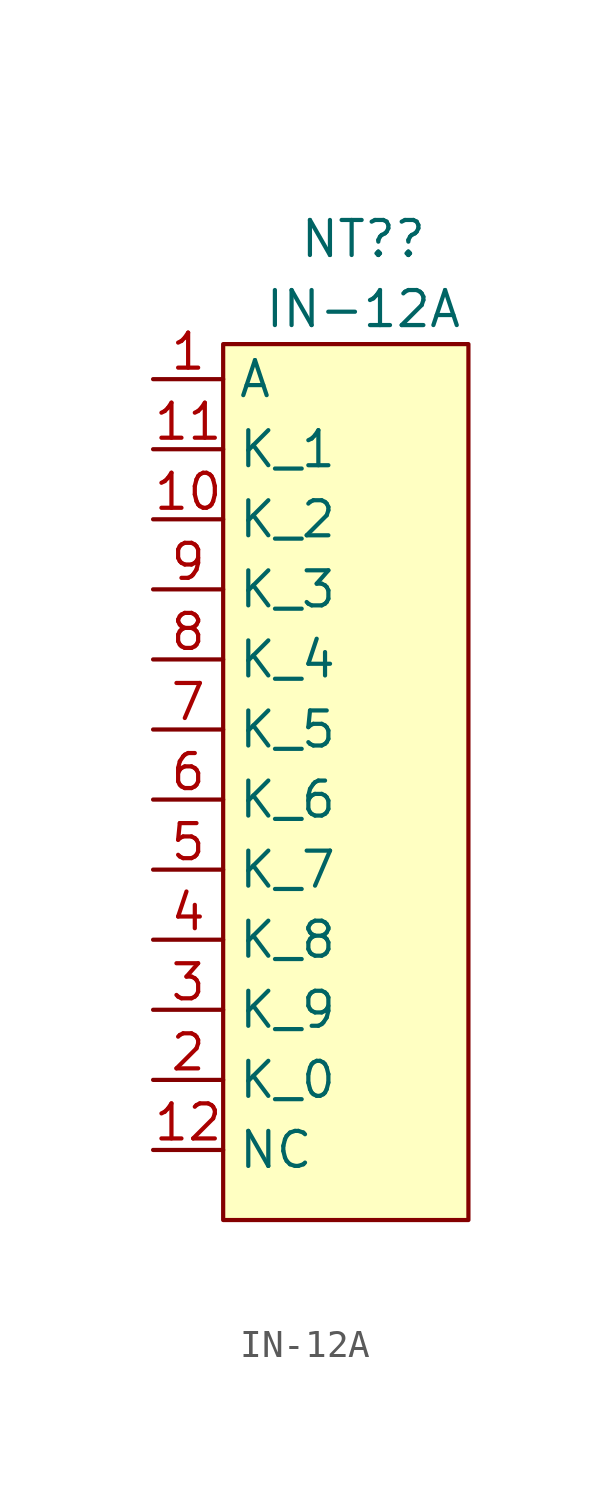
<source format=kicad_sym>
(kicad_symbol_lib
  (version 20211014)
  (generator kicad_symbol_editor)
  (symbol "IN-12A"
    (property "Reference" "NT?"
      (at 0 3.81 0)
      (effects (font (size 1.27 1.27))))
    (property "Value" "IN-12A"
      (at 0 1.27 0)
      (effects (font (size 1.27 1.27))))
    (symbol "IN-12A_0_1"
      (rectangle (start -5.08 0) (end 3.81 -31.75) (stroke (width 0) (type default) (color 0 0 0 0)) (fill (type background))))
    (symbol "IN-12A_1_1"
      (pin input line (at -7.62 -1.27 0) (length 2.54) (name "A" (effects (font (size 1.27 1.27)))) (number "1" (effects (font (size 1.27 1.27)))))
      (pin input line (at -7.62 -6.35 0) (length 2.54) (name "K_2" (effects (font (size 1.27 1.27)))) (number "10" (effects (font (size 1.27 1.27)))))
      (pin input line (at -7.62 -3.81 0) (length 2.54) (name "K_1" (effects (font (size 1.27 1.27)))) (number "11" (effects (font (size 1.27 1.27)))))
      (pin input line (at -7.62 -29.21 0) (length 2.54) (name "NC" (effects (font (size 1.27 1.27)))) (number "12" (effects (font (size 1.27 1.27)))))
      (pin input line (at -7.62 -26.67 0) (length 2.54) (name "K_0" (effects (font (size 1.27 1.27)))) (number "2" (effects (font (size 1.27 1.27)))))
      (pin input line (at -7.62 -24.13 0) (length 2.54) (name "K_9" (effects (font (size 1.27 1.27)))) (number "3" (effects (font (size 1.27 1.27)))))
      (pin input line (at -7.62 -21.59 0) (length 2.54) (name "K_8" (effects (font (size 1.27 1.27)))) (number "4" (effects (font (size 1.27 1.27)))))
      (pin input line (at -7.62 -19.05 0) (length 2.54) (name "K_7" (effects (font (size 1.27 1.27)))) (number "5" (effects (font (size 1.27 1.27)))))
      (pin input line (at -7.62 -16.51 0) (length 2.54) (name "K_6" (effects (font (size 1.27 1.27)))) (number "6" (effects (font (size 1.27 1.27)))))
      (pin input line (at -7.62 -13.97 0) (length 2.54) (name "K_5" (effects (font (size 1.27 1.27)))) (number "7" (effects (font (size 1.27 1.27)))))
      (pin input line (at -7.62 -11.43 0) (length 2.54) (name "K_4" (effects (font (size 1.27 1.27)))) (number "8" (effects (font (size 1.27 1.27)))))
      (pin input line (at -7.62 -8.89 0) (length 2.54) (name "K_3" (effects (font (size 1.27 1.27)))) (number "9" (effects (font (size 1.27 1.27))))))))
</source>
